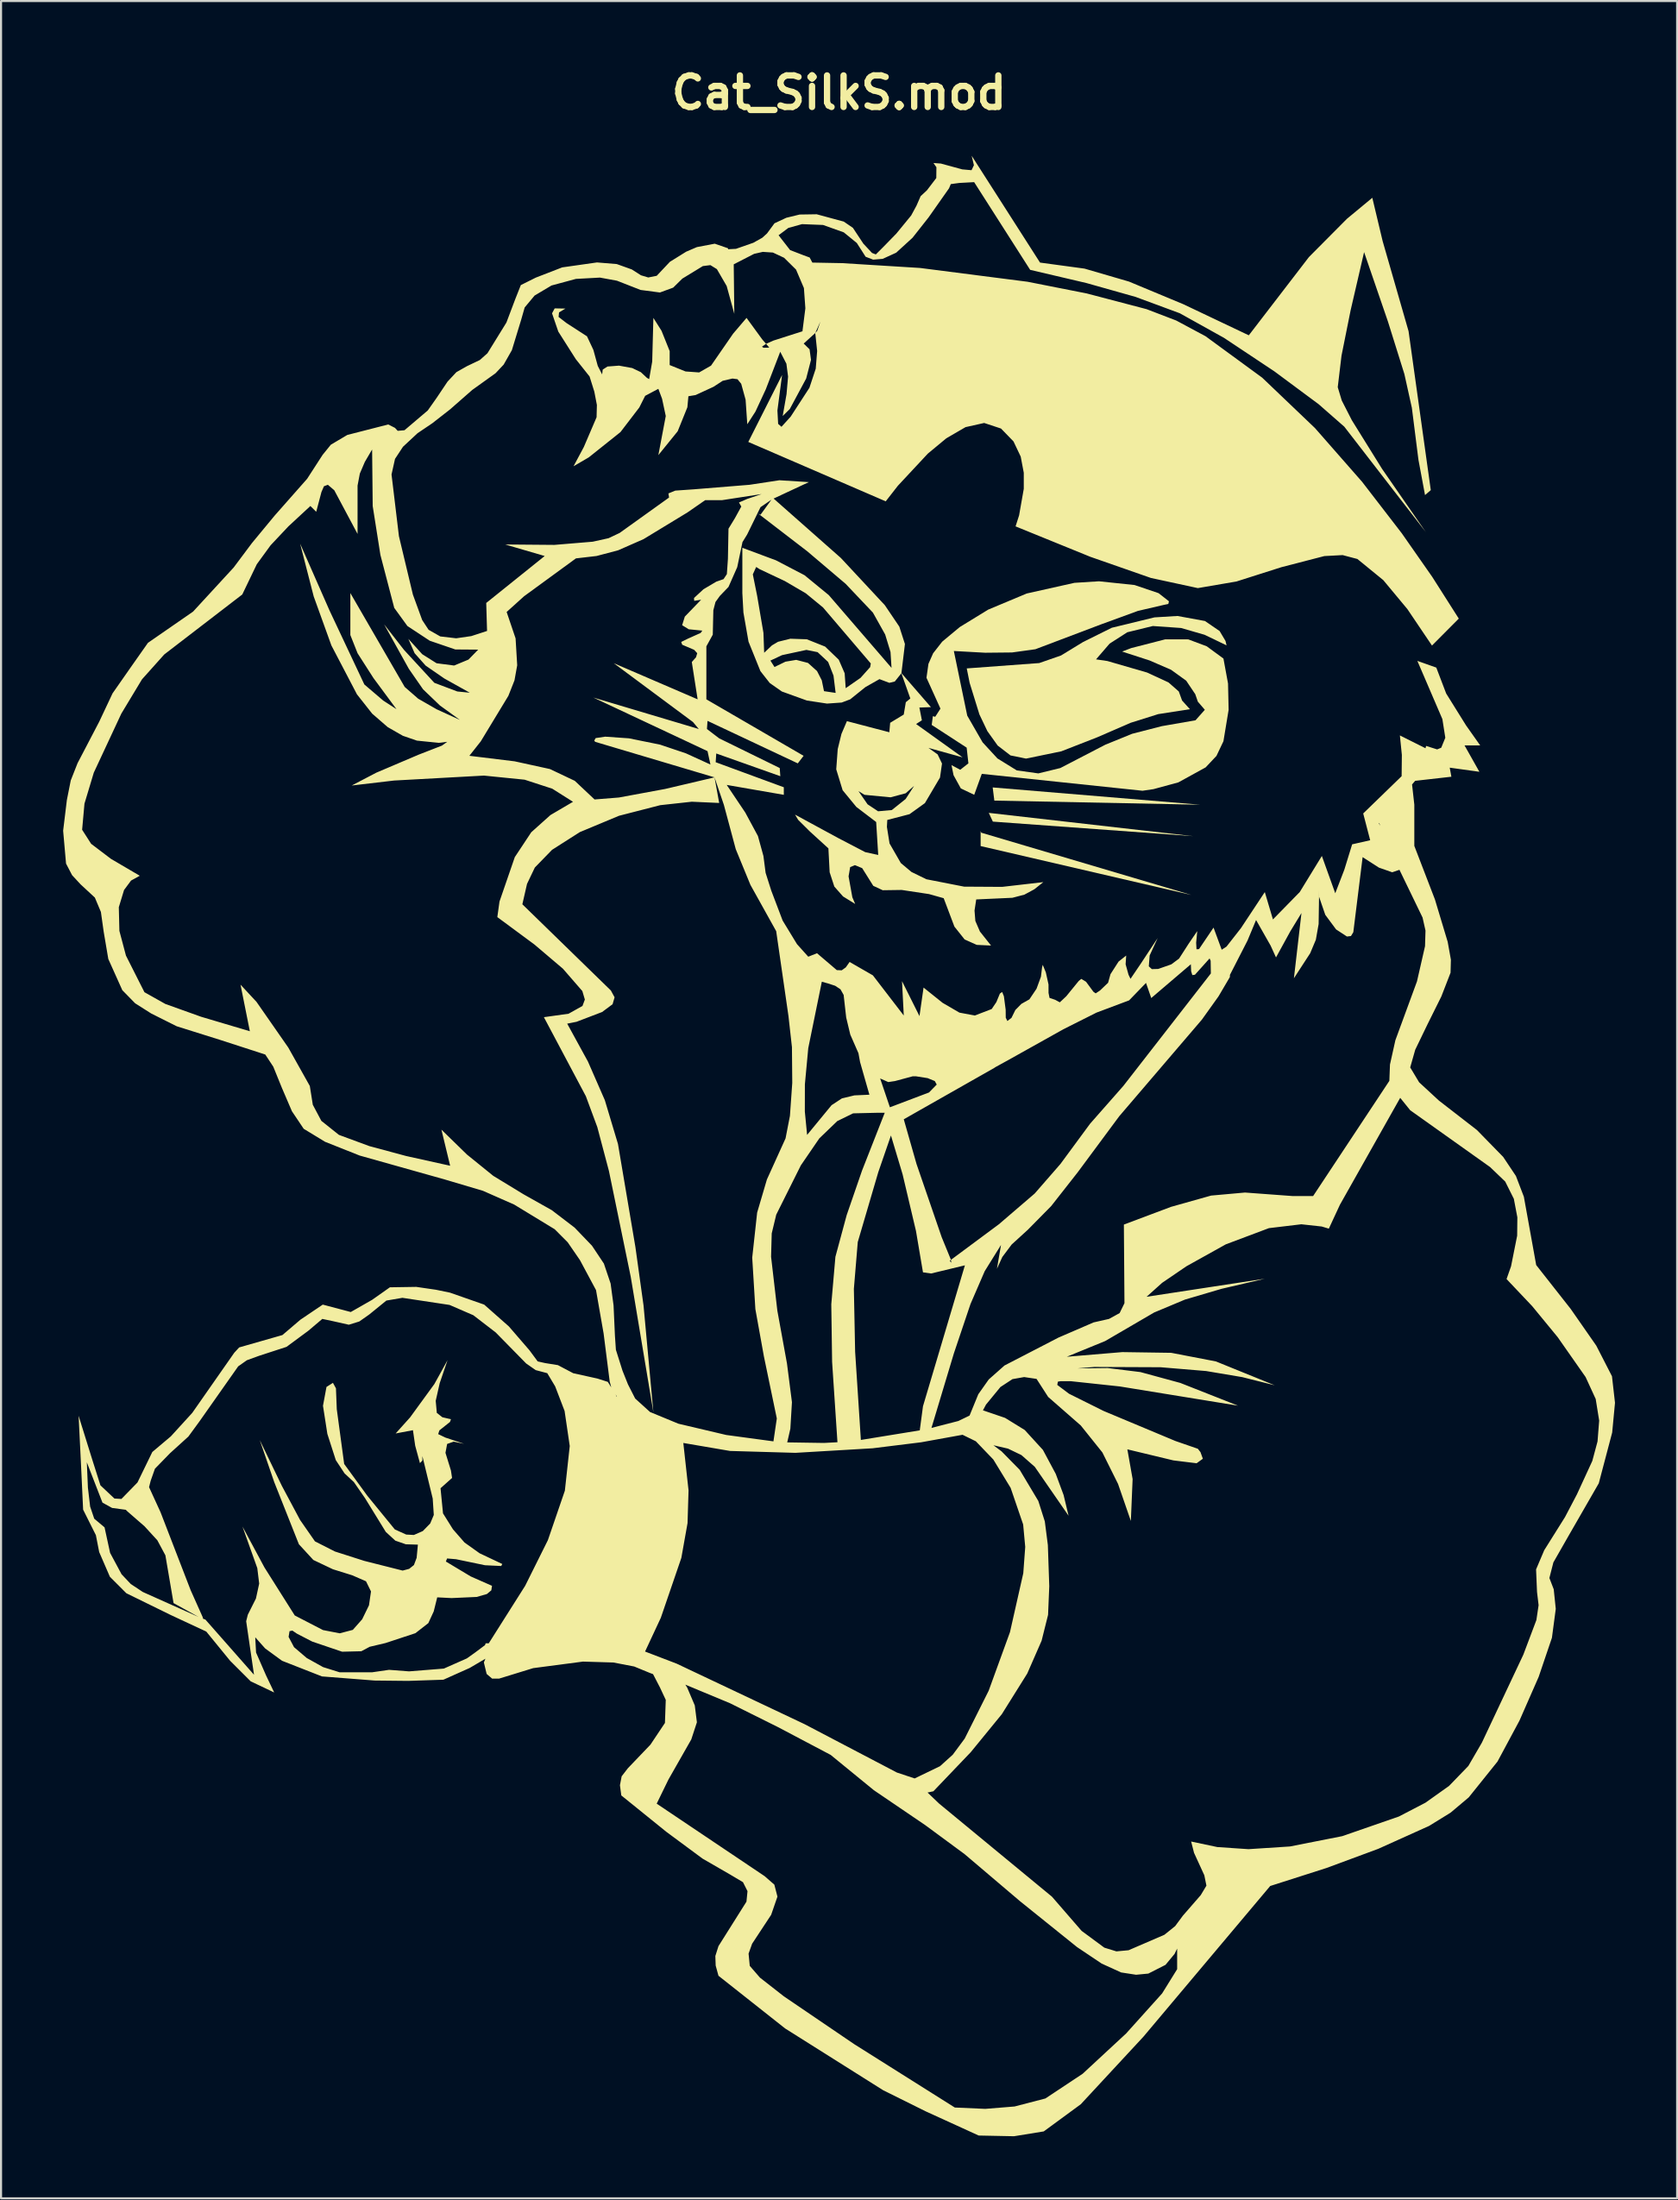
<source format=kicad_pcb>
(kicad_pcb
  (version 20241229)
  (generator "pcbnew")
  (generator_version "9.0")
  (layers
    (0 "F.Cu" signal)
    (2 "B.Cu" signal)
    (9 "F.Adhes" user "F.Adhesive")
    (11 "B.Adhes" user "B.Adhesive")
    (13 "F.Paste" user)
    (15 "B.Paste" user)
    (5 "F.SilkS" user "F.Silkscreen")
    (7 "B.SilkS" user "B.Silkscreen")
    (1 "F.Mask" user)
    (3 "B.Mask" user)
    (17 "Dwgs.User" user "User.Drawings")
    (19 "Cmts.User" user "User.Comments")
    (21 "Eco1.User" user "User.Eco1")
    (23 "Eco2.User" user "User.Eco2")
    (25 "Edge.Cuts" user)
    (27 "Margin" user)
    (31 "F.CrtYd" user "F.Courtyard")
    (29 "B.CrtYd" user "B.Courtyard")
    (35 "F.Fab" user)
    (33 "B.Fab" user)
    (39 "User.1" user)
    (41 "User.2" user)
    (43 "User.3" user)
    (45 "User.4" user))
  (footprint "Cat_SilkS.mod"
    (layer "F.Cu")
    (at 37.479 52.304)
    (property "Reference" "Cat_SilkS.mod" (at 0 -50.877 0) (layer "F.SilkS") (effects (font (size 1.524 1.524) (thickness 0.305))))
    (attr smd)
    (fp_poly (pts (xy 6.406 -47.829) (xy 6.513 -47.374) (xy 6.398 -47.133) (xy 5.949 -47.173) (xy 4.918 -47.454) (xy 4.56 -47.481) (xy 4.702 -47.275) (xy 4.696 -46.755) (xy 4.243 -46.161) (xy 3.94 -45.88) (xy 3.741 -45.423) (xy 3.482 -44.945) (xy 2.766 -44.071) (xy 2.127 -43.416) (xy 1.775 -43.065) (xy 1.775 -43.065) (xy 1.593 -43.136) (xy 1.175 -43.583) (xy 0.668 -44.349) (xy 0.226 -44.651) (xy -1.082 -45.005) (xy -1.904 -44.992) (xy -2.549 -44.835) (xy -3.12 -44.568) (xy -3.479 -44.08) (xy -3.707 -43.872) (xy -4.139 -43.629) (xy -4.98 -43.335) (xy -5.357 -43.316) (xy -5.368 -43.364) (xy -6.005 -43.583) (xy -6.867 -43.419) (xy -7.387 -43.196) (xy -8.172 -42.708) (xy -8.809 -42.032) (xy -9.217 -41.952) (xy -9.569 -42.057) (xy -10.012 -42.34) (xy -10.737 -42.599) (xy -11.693 -42.678) (xy -13.373 -42.439) (xy -14.648 -41.945) (xy -15.372 -41.584) (xy -15.64 -40.908) (xy -16.068 -39.775) (xy -16.983 -38.293) (xy -17.351 -37.965) (xy -17.977 -37.666) (xy -18.485 -37.378) (xy -18.912 -36.921) (xy -19.439 -36.135) (xy -19.867 -35.528) (xy -20.991 -34.573) (xy -22.555 -33.642) (xy -22.527 -30.914) (xy -22.154 -28.548) (xy -21.486 -25.992) (xy -20.851 -25.117) (xy -19.772 -24.406) (xy -18.536 -23.984) (xy -17.43 -23.976) (xy -17.901 -23.495) (xy -18.594 -23.208) (xy -19.441 -23.318) (xy -20.134 -23.755) (xy -20.805 -24.498) (xy -20.503 -23.804) (xy -19.969 -23.204) (xy -19.066 -22.581) (xy -17.838 -21.895) (xy -18.44 -21.955) (xy -19.549 -22.373) (xy -21.015 -23.964) (xy -21.975 -25.197) (xy -20.781 -23.049) (xy -20.094 -22.059) (xy -19.28 -21.279) (xy -18.316 -20.582) (xy -19.439 -21.095) (xy -20.329 -21.606) (xy -20.981 -22.174) (xy -23.606 -26.708) (xy -23.606 -24.68) (xy -23.258 -23.802) (xy -22.492 -22.606) (xy -21.378 -21.1) (xy -22.02 -21.517) (xy -22.93 -22.293) (xy -24.615 -25.873) (xy -26.032 -29.095) (xy -25.376 -26.544) (xy -24.522 -24.178) (xy -23.287 -21.816) (xy -22.552 -20.884) (xy -21.801 -20.233) (xy -21.069 -19.814) (xy -20.391 -19.581) (xy -19.339 -19.473) (xy -18.926 -19.523) (xy -19.183 -19.34) (xy -20.305 -18.904) (xy -22.354 -18.032) (xy -23.539 -17.413) (xy -21.496 -17.653) (xy -17.154 -17.892) (xy -15.189 -17.694) (xy -13.853 -17.259) (xy -12.851 -16.626) (xy -13.941 -15.986) (xy -14.868 -15.155) (xy -15.663 -13.954) (xy -16.402 -11.809) (xy -16.507 -11.057) (xy -14.718 -9.735) (xy -13.339 -8.565) (xy -12.401 -7.485) (xy -12.279 -7.075) (xy -12.394 -6.766) (xy -13.066 -6.39) (xy -14.258 -6.223) (xy -12.23 -2.405) (xy -11.678 -0.915) (xy -11.116 1.207) (xy -10.062 6.321) (xy -8.968 12.87) (xy -9.445 7.699) (xy -9.838 4.875) (xy -10.679 -0.098) (xy -11.314 -2.214) (xy -12.129 -4.078) (xy -13.132 -5.91) (xy -12.679 -6.001) (xy -11.445 -6.473) (xy -10.94 -6.849) (xy -10.843 -7.183) (xy -11.023 -7.513) (xy -15.298 -11.676) (xy -15.073 -12.66) (xy -14.695 -13.451) (xy -13.864 -14.306) (xy -12.526 -15.16) (xy -10.629 -15.951) (xy -8.639 -16.463) (xy -7.113 -16.63) (xy -5.791 -16.57) (xy -6.016 -17.807) (xy -8.407 -17.245) (xy -10.636 -16.833) (xy -11.81 -16.739) (xy -12.766 -17.639) (xy -13.965 -18.208) (xy -15.671 -18.581) (xy -17.857 -18.848) (xy -17.305 -19.548) (xy -15.973 -21.745) (xy -15.678 -22.492) (xy -15.547 -23.22) (xy -15.625 -24.519) (xy -16.057 -25.795) (xy -15.214 -26.555) (xy -12.71 -28.383) (xy -11.712 -28.499) (xy -10.669 -28.775) (xy -9.448 -29.311) (xy -7.324 -30.602) (xy -6.466 -31.196) (xy -5.651 -31.196) (xy -3.74 -31.49) (xy -4.438 -31.255) (xy -4.835 -31.083) (xy -4.723 -30.887) (xy -5.032 -30.324) (xy -5.341 -29.818) (xy -5.369 -28.355) (xy -5.42 -27.624) (xy -5.58 -27.381) (xy -5.931 -27.259) (xy -6.551 -26.892) (xy -7.007 -26.469) (xy -6.997 -26.333) (xy -6.663 -26.386) (xy -7.451 -25.571) (xy -7.58 -25.156) (xy -7.261 -24.959) (xy -6.607 -24.895) (xy -6.684 -24.783) (xy -7.31 -24.502) (xy -7.625 -24.347) (xy -7.577 -24.213) (xy -7 -23.967) (xy -6.852 -23.804) (xy -6.909 -23.609) (xy -7.113 -23.377) (xy -6.832 -21.576) (xy -10.882 -23.32) (xy -7.057 -20.479) (xy -6.776 -20.142) (xy -11.867 -21.661) (xy -6.354 -19.073) (xy -6.213 -18.426) (xy -7.391 -18.964) (xy -8.646 -19.387) (xy -10.151 -19.692) (xy -11.296 -19.772) (xy -11.758 -19.703) (xy -11.824 -19.585) (xy -11.782 -19.523) (xy -6.016 -17.807) (xy -5.563 -16.475) (xy -4.99 -14.338) (xy -4.282 -12.614) (xy -3.037 -10.377) (xy -2.444 -6.276) (xy -2.276 -4.775) (xy -2.261 -3.048) (xy -2.373 -1.458) (xy -2.585 -0.369) (xy -3.486 1.617) (xy -3.957 3.216) (xy -4.195 5.391) (xy -4.043 7.876) (xy -3.631 10.16) (xy -3.007 13.16) (xy -3.17 14.265) (xy -5.45 13.957) (xy -7.76 13.413) (xy -9.131 12.847) (xy -9.848 12.197) (xy -10.196 11.515) (xy -10.46 10.854) (xy -10.78 9.841) (xy -10.826 9.166) (xy -10.893 7.696) (xy -11.035 6.642) (xy -11.36 5.678) (xy -11.935 4.815) (xy -12.774 3.941) (xy -13.876 3.099) (xy -15.242 2.331) (xy -16.704 1.44) (xy -17.974 0.412) (xy -19.207 -0.791) (xy -18.786 0.953) (xy -20.913 0.482) (xy -22.69 0.004) (xy -24.158 -0.538) (xy -25.007 -1.215) (xy -25.42 -1.993) (xy -25.564 -2.9) (xy -26.605 -4.757) (xy -28.138 -6.961) (xy -28.911 -7.794) (xy -28.461 -5.544) (xy -30.817 -6.244) (xy -32.543 -6.862) (xy -33.552 -7.429) (xy -34.445 -9.197) (xy -34.762 -10.391) (xy -34.79 -11.535) (xy -34.537 -12.366) (xy -34.199 -12.822) (xy -33.777 -13.054) (xy -35.169 -13.87) (xy -36.127 -14.597) (xy -36.562 -15.276) (xy -36.449 -16.538) (xy -35.999 -18.033) (xy -34.667 -20.888) (xy -33.67 -22.542) (xy -32.596 -23.742) (xy -28.827 -26.639) (xy -28.124 -28.102) (xy -27.458 -29.016) (xy -26.598 -29.93) (xy -25.536 -30.914) (xy -25.255 -30.633) (xy -25.002 -31.59) (xy -24.881 -31.868) (xy -24.692 -31.938) (xy -24.383 -31.674) (xy -23.258 -29.564) (xy -23.258 -31.899) (xy -23.148 -32.48) (xy -22.906 -33.045) (xy -22.555 -33.643) (xy -22.555 -33.643) (xy -22.555 -33.642) (xy -20.991 -34.573) (xy -21.319 -34.544) (xy -21.45 -34.687) (xy -21.776 -34.852) (xy -23.755 -34.345) (xy -24.549 -33.874) (xy -24.948 -33.381) (xy -25.694 -32.227) (xy -27.265 -30.447) (xy -28.359 -29.124) (xy -29.244 -27.941) (xy -31.203 -25.813) (xy -33.383 -24.304) (xy -34.217 -23.118) (xy -35.092 -21.865) (xy -35.738 -20.493) (xy -36.782 -18.494) (xy -37.111 -17.66) (xy -37.299 -16.714) (xy -37.479 -15.23) (xy -37.339 -13.641) (xy -37.046 -13.081) (xy -36.636 -12.638) (xy -35.947 -12) (xy -35.655 -11.305) (xy -35.521 -10.353) (xy -35.298 -9.035) (xy -34.621 -7.527) (xy -34.002 -6.894) (xy -33.227 -6.402) (xy -31.991 -5.783) (xy -29.885 -5.122) (xy -27.716 -4.419) (xy -27.329 -3.832) (xy -26.909 -2.799) (xy -26.428 -1.679) (xy -25.86 -0.832) (xy -24.826 -0.203) (xy -23.158 0.46) (xy -19.053 1.614) (xy -17.2 2.164) (xy -15.694 2.828) (xy -13.737 4.019) (xy -13.109 4.649) (xy -12.517 5.51) (xy -11.74 6.959) (xy -10.791 11.993) (xy -10.727 12.117) (xy -10.757 12.091) (xy -10.791 11.993) (xy -10.791 11.993) (xy -11.74 6.959) (xy -8.61 22.788) (xy -7.619 19.896) (xy -7.319 18.214) (xy -7.271 16.634) (xy -7.523 14.343) (xy -5.264 14.729) (xy -2.107 14.82) (xy 1.619 14.6) (xy 3.965 14.31) (xy 5.965 13.948) (xy 5.965 13.948) (xy 5.965 13.948) (xy 6.605 14.261) (xy 7.452 15.144) (xy 8.287 16.512) (xy 8.892 18.28) (xy 8.992 19.364) (xy 8.898 20.634) (xy 8.255 23.481) (xy 7.225 26.313) (xy 6.068 28.622) (xy 5.492 29.4) (xy 4.875 29.956) (xy 3.65 30.547) (xy 2.794 30.262) (xy -1.671 27.923) (xy -7.845 25.002) (xy -9.371 24.418) (xy -8.61 22.788) (xy -11.74 6.959) (xy -11.373 9.056) (xy -11.079 11.375) (xy -11.004 11.658) (xy -15.115 10.503) (xy -14.654 10.824) (xy -14.095 10.972) (xy -13.713 11.61) (xy -13.258 12.797) (xy -13.009 14.49) (xy -13.245 16.648) (xy -14.065 19.038) (xy -15.162 21.241) (xy -16.92 24.018) (xy -17.07 24.02) (xy -17.102 24.108) (xy -17.58 24.465) (xy -17.978 24.749) (xy -19.091 25.241) (xy -20.772 25.375) (xy -21.737 25.301) (xy -22.557 25.42) (xy -24.123 25.42) (xy -24.922 25.17) (xy -25.714 24.729) (xy -26.327 24.206) (xy -26.589 23.71) (xy -26.544 23.433) (xy -26.405 23.406) (xy -26.192 23.551) (xy -25.448 23.936) (xy -24.004 24.426) (xy -23.076 24.403) (xy -22.671 24.187) (xy -21.911 24.008) (xy -20.464 23.531) (xy -19.84 23.045) (xy -19.579 22.479) (xy -19.41 21.8) (xy -18.716 21.835) (xy -17.5 21.78) (xy -17.008 21.638) (xy -16.797 21.46) (xy -16.764 21.243) (xy -17.789 20.791) (xy -18.992 20.07) (xy -18.934 19.922) (xy -18.502 19.958) (xy -17.102 20.249) (xy -16.319 20.286) (xy -16.267 20.189) (xy -17.361 19.672) (xy -18.091 19.152) (xy -18.649 18.514) (xy -19.131 17.743) (xy -19.25 16.53) (xy -18.693 16.033) (xy -18.748 15.672) (xy -19.012 14.819) (xy -18.931 14.39) (xy -18.617 14.28) (xy -18.117 14.382) (xy -19.012 14.084) (xy -19.364 13.915) (xy -19.305 13.735) (xy -18.793 13.327) (xy -18.747 13.195) (xy -18.902 13.161) (xy -19.162 13.101) (xy -19.43 12.89) (xy -19.483 12.308) (xy -19.29 11.453) (xy -18.912 10.344) (xy -19.549 11.498) (xy -20.722 13.109) (xy -21.418 13.884) (xy -20.583 13.726) (xy -20.474 14.476) (xy -20.245 15.317) (xy -20.126 15.192) (xy -20.126 14.979) (xy -19.628 17.027) (xy -19.576 17.82) (xy -19.749 18.232) (xy -20.106 18.598) (xy -20.538 18.787) (xy -20.909 18.767) (xy -21.458 18.519) (xy -22.786 16.893) (xy -23.905 15.356) (xy -24.262 12.711) (xy -24.302 11.704) (xy -24.447 11.439) (xy -24.759 11.637) (xy -24.928 12.547) (xy -24.717 13.904) (xy -24.309 15.172) (xy -23.885 15.814) (xy -23.437 16.23) (xy -22.897 17.009) (xy -21.895 18.638) (xy -21.435 19.061) (xy -20.926 19.237) (xy -20.344 19.254) (xy -20.404 19.891) (xy -20.535 20.239) (xy -20.765 20.423) (xy -21.08 20.507) (xy -22.93 20.04) (xy -24.352 19.585) (xy -25.316 19.095) (xy -26.035 18.062) (xy -26.917 16.41) (xy -27.982 14.203) (xy -27.283 16.234) (xy -26.092 19.235) (xy -25.393 19.995) (xy -24.449 20.443) (xy -23.516 20.734) (xy -22.85 21.024) (xy -22.609 21.514) (xy -22.706 22.183) (xy -23.035 22.859) (xy -23.487 23.371) (xy -24.118 23.537) (xy -24.926 23.381) (xy -26.291 22.675) (xy -27.755 20.356) (xy -28.817 18.379) (xy -28.101 20.388) (xy -28.01 21.136) (xy -28.166 21.855) (xy -28.558 22.636) (xy -28.638 22.954) (xy -28.26 25.539) (xy -30.607 22.874) (xy -30.72 22.832) (xy -30.74 22.752) (xy -31.32 21.454) (xy -32.09 19.461) (xy -32.772 17.694) (xy -33.329 16.478) (xy -33.252 16.172) (xy -33.046 15.588) (xy -32.317 14.839) (xy -31.43 14.034) (xy -30.885 13.288) (xy -29.024 10.643) (xy -28.606 10.348) (xy -28.02 10.135) (xy -26.689 9.701) (xy -25.64 8.926) (xy -24.96 8.351) (xy -24.446 8.46) (xy -23.68 8.632) (xy -23.173 8.475) (xy -22.694 8.138) (xy -21.866 7.465) (xy -21.091 7.332) (xy -21.091 7.332) (xy -21.091 7.332) (xy -18.814 7.676) (xy -17.666 8.173) (xy -16.585 9.005) (xy -15.115 10.503) (xy -11.004 11.658) (xy -11.171 11.392) (xy -11.668 11.233) (xy -12.841 10.974) (xy -13.582 10.583) (xy -14.199 10.484) (xy -14.557 10.404) (xy -14.954 9.867) (xy -15.949 8.714) (xy -17.142 7.66) (xy -18.793 7.083) (xy -19.469 6.943) (xy -20.424 6.804) (xy -21.696 6.824) (xy -22.552 7.428) (xy -23.586 8.018) (xy -24.938 7.66) (xy -26.017 8.388) (xy -26.888 9.131) (xy -28.976 9.728) (xy -34.443 17.572) (xy -34.424 17.605) (xy -33.545 18.371) (xy -32.929 19.044) (xy -32.54 19.77) (xy -32.146 22.077) (xy -30.931 22.75) (xy -33.63 21.541) (xy -34.212 21.156) (xy -34.657 20.684) (xy -35.211 19.652) (xy -35.479 18.419) (xy -35.977 18.001) (xy -36.175 17.416) (xy -36.283 16.497) (xy -36.335 15.277) (xy -36.335 15.277) (xy -36.335 15.277) (xy -35.579 17.226) (xy -35.113 17.482) (xy -34.443 17.572) (xy -28.976 9.728) (xy -29.214 9.986) (xy -31.243 12.89) (xy -32.277 14.024) (xy -33.172 14.779) (xy -33.888 16.251) (xy -34.664 17.047) (xy -35.002 17.027) (xy -35.678 16.39) (xy -36.076 15.137) (xy -36.732 13.03) (xy -36.613 15.456) (xy -36.514 17.564) (xy -35.897 18.797) (xy -35.738 19.612) (xy -35.221 20.806) (xy -34.425 21.602) (xy -32.277 22.655) (xy -30.567 23.451) (xy -29.414 24.863) (xy -28.419 25.857) (xy -27.285 26.395) (xy -27.683 25.559) (xy -28.161 24.465) (xy -28.2 23.729) (xy -27.723 24.266) (xy -26.907 24.863) (xy -24.978 25.619) (xy -22.433 25.818) (xy -20.816 25.835) (xy -19.111 25.778) (xy -17.843 25.211) (xy -17.083 24.764) (xy -17.157 24.945) (xy -17.023 25.5) (xy -16.759 25.724) (xy -16.424 25.726) (xy -15.75 25.519) (xy -14.775 25.219) (xy -12.369 24.903) (xy -10.899 24.947) (xy -9.896 25.14) (xy -7.426 26.017) (xy -5.269 26.913) (xy -2.951 28.067) (xy -0.406 29.41) (xy 1.681 31.116) (xy 4.158 32.799) (xy 6.062 34.202) (xy 8.742 36.478) (xy 11.497 38.694) (xy 12.683 39.489) (xy 13.625 39.918) (xy 14.347 40.029) (xy 14.937 39.973) (xy 15.768 39.551) (xy 16.204 39.024) (xy 16.33 38.765) (xy 16.33 39.76) (xy 15.604 40.931) (xy 13.864 42.867) (xy 11.766 44.811) (xy 9.966 46.005) (xy 8.477 46.392) (xy 7.062 46.507) (xy 5.59 46.442) (xy 0.728 43.379) (xy -2.666 41.072) (xy -3.82 40.169) (xy -4.314 39.6) (xy -4.371 39.008) (xy -4.2 38.531) (xy -3.28 37.134) (xy -2.977 36.255) (xy -3.126 35.677) (xy -3.598 35.265) (xy -8.809 31.765) (xy -8.242 30.601) (xy -7.138 28.662) (xy -6.867 27.834) (xy -6.969 27.021) (xy -7.337 26.156) (xy -7.426 26.017) (xy -7.426 26.017) (xy -9.896 25.14) (xy -9.138 25.452) (xy -8.986 25.508) (xy -8.65 26.156) (xy -8.371 26.753) (xy -8.411 27.867) (xy -9.112 28.916) (xy -10.201 30.054) (xy -10.502 30.444) (xy -10.584 30.874) (xy -10.519 31.367) (xy -8.341 33.127) (xy -6.592 34.421) (xy -5.268 35.185) (xy -4.641 35.558) (xy -4.423 35.991) (xy -4.473 36.498) (xy -5.825 38.646) (xy -5.976 39.122) (xy -5.96 39.586) (xy -5.825 40.078) (xy -2.604 42.624) (xy 2.13 45.607) (xy 4.183 46.626) (xy 6.744 47.795) (xy 8.449 47.829) (xy 9.886 47.596) (xy 21.779 33.833) (xy 19.775 33.963) (xy 18.274 33.862) (xy 17.006 33.594) (xy 17.146 34.141) (xy 17.643 35.225) (xy 17.744 35.725) (xy 17.469 36.184) (xy 16.608 37.174) (xy 16.232 37.681) (xy 15.713 38.099) (xy 13.983 38.845) (xy 13.397 38.9) (xy 12.812 38.72) (xy 11.716 37.91) (xy 10.284 36.259) (xy 4.835 31.764) (xy 4.274 31.228) (xy 4.556 31.167) (xy 6.361 29.278) (xy 7.862 27.442) (xy 9.09 25.479) (xy 9.783 23.895) (xy 10.095 22.645) (xy 10.153 21.262) (xy 10.085 19.274) (xy 9.938 18.131) (xy 9.624 17.145) (xy 8.726 15.641) (xy 7.85 14.749) (xy 7.456 14.454) (xy 8.16 14.616) (xy 8.809 14.929) (xy 9.453 15.495) (xy 11.085 17.857) (xy 10.846 16.859) (xy 10.468 15.84) (xy 9.847 14.679) (xy 8.967 13.716) (xy 8.019 13.132) (xy 6.95 12.767) (xy 7.098 12.489) (xy 7.794 11.641) (xy 8.375 11.26) (xy 8.94 11.16) (xy 9.538 11.248) (xy 10.1 12.12) (xy 11.675 13.498) (xy 12.718 14.8) (xy 13.475 16.321) (xy 14.094 18.11) (xy 14.179 16.086) (xy 13.925 14.651) (xy 16.148 15.185) (xy 17.27 15.323) (xy 17.572 15.105) (xy 17.457 14.786) (xy 17.329 14.623) (xy 16.243 14.247) (xy 12.772 12.795) (xy 11.106 11.965) (xy 10.54 11.539) (xy 10.569 11.382) (xy 10.691 11.36) (xy 11.197 11.36) (xy 13.56 11.613) (xy 19.27 12.542) (xy 16.485 11.444) (xy 14.556 10.919) (xy 12.973 10.724) (xy 11.506 10.741) (xy 12.326 10.671) (xy 15.529 10.685) (xy 17.731 10.869) (xy 19.477 11.163) (xy 21.042 11.557) (xy 18.201 10.404) (xy 16.043 9.989) (xy 13.683 9.954) (xy 11 10.179) (xy 12.856 9.419) (xy 15.219 8.041) (xy 16.707 7.418) (xy 18.472 6.898) (xy 20.564 6.41) (xy 14.854 7.282) (xy 15.606 6.607) (xy 16.776 5.81) (xy 18.679 4.75) (xy 20.762 3.967) (xy 22.328 3.78) (xy 23.314 3.888) (xy 23.657 3.991) (xy 24.192 2.838) (xy 27.104 -2.327) (xy 27.104 -2.327) (xy 27.104 -2.327) (xy 27.587 -1.728) (xy 31.445 1.016) (xy 32.176 1.717) (xy 32.593 2.55) (xy 32.763 3.445) (xy 32.753 4.333) (xy 32.458 5.81) (xy 32.241 6.426) (xy 33.479 7.734) (xy 34.708 9.229) (xy 36.06 11.16) (xy 36.547 12.219) (xy 36.715 13.262) (xy 36.636 14.268) (xy 36.383 15.212) (xy 35.64 16.826) (xy 35.065 17.922) (xy 34.061 19.523) (xy 33.667 20.45) (xy 33.713 21.541) (xy 33.789 22.179) (xy 33.682 22.897) (xy 33.051 24.57) (xy 31.048 28.821) (xy 30.395 29.945) (xy 29.465 30.907) (xy 28.325 31.718) (xy 27.04 32.386) (xy 24.302 33.335) (xy 21.779 33.833) (xy 9.886 47.596) (xy 11.676 46.283) (xy 14.7 43.022) (xy 20.825 35.742) (xy 23.545 34.872) (xy 26.044 33.947) (xy 28.502 32.839) (xy 29.536 32.201) (xy 30.414 31.462) (xy 31.804 29.731) (xy 32.865 27.754) (xy 33.793 25.639) (xy 34.433 23.752) (xy 34.618 22.357) (xy 34.52 21.41) (xy 34.31 20.866) (xy 34.503 20.112) (xy 35.234 18.832) (xy 36.696 16.291) (xy 37.343 13.84) (xy 37.479 12.404) (xy 37.333 11.12) (xy 36.576 9.644) (xy 35.339 7.868) (xy 33.673 5.75) (xy 33.077 2.449) (xy 26.61 -3.935) (xy 26.58 -3.147) (xy 22.898 2.416) (xy 21.896 2.416) (xy 19.607 2.247) (xy 17.969 2.394) (xy 16.039 2.937) (xy 13.757 3.794) (xy 13.785 7.591) (xy 13.552 8.069) (xy 13.04 8.351) (xy 12.294 8.52) (xy 10.596 9.254) (xy 7.991 10.601) (xy 7.229 11.276) (xy 6.725 11.99) (xy 6.303 13.02) (xy 5.761 13.282) (xy 4.463 13.616) (xy 5.545 10.017) (xy 6.348 7.632) (xy 7.035 6.045) (xy 7.822 4.779) (xy 7.625 5.932) (xy 7.886 5.359) (xy 8.337 4.757) (xy 9.116 4.047) (xy 10.245 2.902) (xy 11.524 1.273) (xy 13.532 -1.437) (xy 17.526 -6.106) (xy 18.328 -7.228) (xy 18.876 -8.16) (xy 18.881 -8.269) (xy 19.73 -9.926) (xy 20.142 -10.916) (xy 20.845 -9.679) (xy 21.105 -9.109) (xy 21.795 -10.367) (xy 22.335 -11.254) (xy 21.97 -8.103) (xy 22.757 -9.313) (xy 23.03 -9.964) (xy 23.164 -10.723) (xy 23.184 -12.044) (xy 23.179 -12.069) (xy 23.153 -12.365) (xy 23.184 -12.044) (xy 23.485 -11.166) (xy 24.007 -10.462) (xy 24.531 -10.119) (xy 24.726 -10.142) (xy 24.839 -10.326) (xy 25.289 -13.954) (xy 25.289 -13.953) (xy 25.289 -13.953) (xy 26.076 -13.447) (xy 26.718 -13.222) (xy 27.068 -13.341) (xy 28.184 -11.036) (xy 28.326 -10.406) (xy 28.303 -9.651) (xy 27.915 -7.953) (xy 26.871 -5.109) (xy 26.61 -3.935) (xy 33.077 2.449) (xy 32.694 1.448) (xy 32.077 0.525) (xy 30.809 -0.773) (xy 28.974 -2.195) (xy 28.018 -3.078) (xy 27.587 -3.796) (xy 27.83 -4.651) (xy 28.428 -5.889) (xy 29.092 -7.225) (xy 29.536 -8.371) (xy 26.093 -15.604) (xy 26.136 -15.469) (xy 26.076 -15.585) (xy 26.093 -15.604) (xy 26.093 -15.604) (xy 29.536 -8.371) (xy 29.553 -8.999) (xy 29.397 -9.865) (xy 28.781 -11.911) (xy 27.786 -14.496) (xy 27.786 -16.485) (xy 27.677 -17.464) (xy 27.826 -17.639) (xy 29.576 -17.837) (xy 29.496 -18.275) (xy 30.929 -18.076) (xy 30.212 -19.349) (xy 30.968 -19.349) (xy 30.284 -20.318) (xy 29.325 -21.857) (xy 28.847 -23.109) (xy 27.933 -23.432) (xy 16.39 -17.565) (xy 17.706 -18.288) (xy 18.229 -18.843) (xy 18.566 -19.552) (xy 18.816 -21.066) (xy 18.788 -22.34) (xy 18.566 -23.545) (xy 17.761 -24.136) (xy 16.87 -24.471) (xy 15.754 -24.473) (xy 14.112 -24.051) (xy 13.672 -23.883) (xy 14.998 -23.453) (xy 16.034 -23.004) (xy 16.767 -22.476) (xy 17.206 -21.822) (xy 17.329 -21.464) (xy 17.667 -21.07) (xy 17.216 -20.563) (xy 15.585 -20.279) (xy 14.155 -19.911) (xy 12.857 -19.382) (xy 10.688 -18.257) (xy 9.625 -17.998) (xy 8.582 -18.144) (xy 7.65 -18.72) (xy 6.933 -19.498) (xy 6.191 -20.788) (xy 5.544 -23.91) (xy 7.059 -23.826) (xy 8.356 -23.839) (xy 9.482 -23.995) (xy 12.639 -25.19) (xy 14.434 -25.846) (xy 15.669 -26.133) (xy 15.904 -26.182) (xy 15.934 -26.311) (xy 15.432 -26.704) (xy 14.271 -27.097) (xy 12.555 -27.277) (xy 12.555 -27.276) (xy 12.555 -27.277) (xy 11.366 -27.202) (xy 9.063 -26.687) (xy 7.203 -25.908) (xy 5.829 -25.066) (xy 4.982 -24.361) (xy 4.543 -23.8) (xy 4.317 -23.289) (xy 4.222 -22.617) (xy 4.897 -21.126) (xy 4.644 -20.733) (xy 4.531 -20.761) (xy 4.475 -20.339) (xy 6.163 -19.242) (xy 6.247 -18.483) (xy 5.853 -18.173) (xy 5.431 -18.398) (xy 5.53 -17.909) (xy 5.881 -17.273) (xy 6.528 -16.964) (xy 6.894 -17.976) (xy 14.657 -17.16) (xy 15.185 -17.237) (xy 16.39 -17.565) (xy 27.933 -23.432) (xy 18.717 -24.182) (xy 18.665 -24.397) (xy 18.381 -24.874) (xy 17.672 -25.359) (xy 16.345 -25.602) (xy 16.345 -25.602) (xy 16.345 -25.602) (xy 15.236 -25.534) (xy 13.175 -25.033) (xy 11.781 -24.341) (xy 10.722 -23.694) (xy 9.668 -23.327) (xy 6.167 -23.069) (xy 6.307 -22.371) (xy 6.779 -20.846) (xy 7.164 -20.038) (xy 7.661 -19.343) (xy 8.28 -18.866) (xy 9.031 -18.713) (xy 10.736 -19.065) (xy 12.47 -19.742) (xy 14.08 -20.441) (xy 15.416 -20.861) (xy 16.947 -21.099) (xy 16.569 -21.517) (xy 16.41 -21.955) (xy 15.914 -22.39) (xy 14.878 -22.87) (xy 12.959 -23.426) (xy 12.412 -23.506) (xy 13.069 -24.267) (xy 13.923 -24.815) (xy 15.157 -25.117) (xy 16.519 -25.021) (xy 17.653 -24.694) (xy 18.717 -24.182) (xy 27.933 -23.432) (xy 17.444 -16.485) (xy 7.42 -17.32) (xy 7.42 -17.32) (xy 7.5 -16.684) (xy 17.444 -16.485) (xy 27.933 -23.432) (xy 17.104 -14.966) (xy 7.232 -16.091) (xy 7.428 -15.669) (xy 17.104 -14.966) (xy 27.933 -23.432) (xy 17.02 -12.125) (xy 6.866 -15.135) (xy 6.838 -15.219) (xy 6.838 -15.219) (xy 6.838 -14.488) (xy 17.02 -12.125) (xy 27.933 -23.432) (xy 29.142 -20.619) (xy 29.283 -19.72) (xy 29.086 -19.238) (xy 28.889 -19.157) (xy 28.355 -19.325) (xy 28.326 -19.213) (xy 27.089 -19.832) (xy 27.184 -18.89) (xy 27.173 -17.863) (xy 25.317 -16.063) (xy 25.654 -14.769) (xy 24.783 -14.572) (xy 24.406 -13.349) (xy 23.967 -12.209) (xy 23.32 -14.01) (xy 22.251 -12.266) (xy 20.957 -10.944) (xy 20.564 -12.266) (xy 19.41 -10.522) (xy 17.958 -8.335) (xy 13.729 -2.9) (xy 12.126 -1.079) (xy 10.691 0.869) (xy 9.448 2.296) (xy 7.72 3.779) (xy 5.405 5.497) (xy 5.418 5.641) (xy 5.347 5.538) (xy 5.405 5.497) (xy 4.955 4.398) (xy 3.741 0.867) (xy 3.125 -1.291) (xy 7.54 -3.797) (xy 7.503 -3.783) (xy 8.177 -4.154) (xy 10.837 -5.641) (xy 12.435 -6.444) (xy 14.01 -7.035) (xy 14.826 -7.878) (xy 15.079 -7.147) (xy 16.992 -8.779) (xy 17.006 -8.441) (xy 17.063 -8.256) (xy 17.189 -8.272) (xy 17.897 -9.061) (xy 17.897 -9.061) (xy 17.897 -9.061) (xy 17.897 -9.061) (xy 17.948 -8.947) (xy 17.958 -8.335) (xy 19.41 -10.522) (xy 18.714 -9.632) (xy 18.482 -9.481) (xy 3.554 -3.367) (xy 3.719 -3.367) (xy 4.278 -3.279) (xy 4.623 -3.138) (xy 4.717 -2.969) (xy 4.344 -2.586) (xy 2.455 -1.871) (xy 1.984 -3.263) (xy 2.376 -3.089) (xy 2.703 -3.138) (xy 3.554 -3.367) (xy 3.554 -3.367) (xy 3.554 -3.367) (xy 18.482 -9.481) (xy 18.088 -10.55) (xy 17.385 -9.51) (xy 17.265 -9.503) (xy 17.248 -9.819) (xy 17.301 -10.381) (xy 16.879 -9.762) (xy 16.422 -9.052) (xy 16.048 -8.774) (xy 15.416 -8.553) (xy 15.108 -8.544) (xy 14.961 -8.679) (xy 15.002 -9.203) (xy 15.388 -10.044) (xy 14.572 -8.806) (xy 14.077 -8.075) (xy 13.982 -8.272) (xy 13.841 -8.778) (xy 13.869 -9.2) (xy 13.5 -8.908) (xy 13.11 -8.3) (xy 12.994 -7.885) (xy 12.604 -7.512) (xy 12.395 -7.373) (xy 12.287 -7.449) (xy 11.929 -7.934) (xy 11.7 -8.073) (xy 11.577 -7.973) (xy 10.972 -7.231) (xy 10.662 -6.94) (xy 10.623 -6.877) (xy 10.662 -6.94) (xy 10.438 -7.062) (xy 10.166 -7.154) (xy 10.118 -7.396) (xy 10.117 -7.802) (xy 9.988 -8.384) (xy 9.838 -8.752) (xy 9.805 -8.623) (xy 9.751 -8.179) (xy 9.538 -7.597) (xy 9.193 -7.084) (xy 8.807 -6.866) (xy 8.515 -6.57) (xy 8.328 -6.19) (xy 8.13 -6.038) (xy 0.344 -6.207) (xy 0.542 -5.381) (xy 0.936 -4.483) (xy 1.015 -4.053) (xy 1.465 -2.478) (xy 0.741 -2.446) (xy 0.136 -2.3) (xy -0.363 -1.972) (xy -1.544 -0.537) (xy -1.653 -1.662) (xy -1.651 -2.981) (xy -1.488 -4.728) (xy -0.833 -7.935) (xy -0.833 -7.935) (xy -0.833 -7.935) (xy -0.535 -7.853) (xy -0.187 -7.739) (xy 0.069 -7.568) (xy 0.221 -7.297) (xy 0.344 -6.207) (xy 8.13 -6.038) (xy 8.051 -6.197) (xy 8.047 -6.584) (xy 7.962 -7.231) (xy 7.878 -7.44) (xy 7.769 -7.365) (xy 7.597 -6.95) (xy 7.372 -6.616) (xy 6.556 -6.303) (xy 5.814 -6.443) (xy 5.002 -6.915) (xy 4.081 -7.653) (xy 3.884 -6.275) (xy 3.041 -7.962) (xy 3.125 -6.303) (xy 1.634 -8.243) (xy 1.859 -1.606) (xy 2.206 -1.606) (xy 1.11 1.185) (xy 0.367 3.339) (xy -0.177 5.352) (xy -0.376 7.644) (xy -0.336 10.428) (xy -0.078 14.308) (xy -0.728 14.342) (xy -2.504 14.315) (xy -2.353 13.655) (xy -2.276 12.373) (xy -2.517 10.499) (xy -2.982 7.95) (xy -3.284 5.348) (xy -3.253 4.222) (xy -3.035 3.316) (xy -1.847 0.936) (xy -0.954 -0.369) (xy -0.085 -1.205) (xy 0.678 -1.578) (xy 1.859 -1.606) (xy 1.859 -1.606) (xy 1.859 -1.606) (xy 1.634 -8.243) (xy 0.509 -8.89) (xy 2.506 -0.509) (xy 3.068 1.365) (xy 3.715 4.104) (xy 4.053 6.101) (xy 4.447 6.157) (xy 6.078 5.763) (xy 4.053 12.57) (xy 3.898 13.734) (xy 1.053 14.197) (xy 0.776 9.937) (xy 0.715 6.9) (xy 0.903 4.638) (xy 1.894 1.263) (xy 2.506 -0.509) (xy 2.506 -0.509) (xy 2.506 -0.509) (xy 0.509 -8.89) (xy 0.326 -8.63) (xy 0.129 -8.487) (xy -0.11 -8.497) (xy -1.066 -9.312) (xy -1.488 -9.144) (xy -2.033 -9.752) (xy -2.725 -10.888) (xy -3.274 -12.333) (xy -3.548 -13.194) (xy -3.654 -14.01) (xy -3.919 -14.973) (xy -4.529 -16.105) (xy -5.426 -17.441) (xy -2.669 -16.963) (xy -2.669 -17.328) (xy -5.96 -18.538) (xy -5.932 -18.96) (xy -2.838 -17.863) (xy -2.866 -18.257) (xy -5.791 -19.691) (xy -6.382 -20.141) (xy -6.354 -20.535) (xy -1.994 -18.482) (xy -1.713 -18.847) (xy -6.41 -21.575) (xy -6.41 -22.11) (xy -6.41 -24.135) (xy -6.1 -24.698) (xy -6.073 -25.879) (xy -5.97 -26.276) (xy -5.76 -26.568) (xy -5.341 -27.004) (xy -4.919 -27.96) (xy -4.666 -29.17) (xy -4.441 -29.535) (xy -3.794 -30.857) (xy -3.268 -31.218) (xy -3.794 -30.492) (xy -3.907 -30.548) (xy -1.537 -28.727) (xy 0.317 -27.154) (xy 1.634 -25.766) (xy 2.226 -24.708) (xy 2.485 -23.861) (xy 2.534 -23.095) (xy -0.774 -26.012) (xy 1.533 -23.307) (xy 1.501 -23.131) (xy 1.036 -22.611) (xy 0.32 -22.114) (xy 0.27 -22.835) (xy -0.015 -23.49) (xy -0.674 -24.123) (xy -1.559 -24.476) (xy -2.352 -24.503) (xy -2.948 -24.355) (xy -3.24 -24.183) (xy -3.618 -23.825) (xy -3.653 -24.787) (xy -3.956 -26.569) (xy -4.166 -27.611) (xy -4.004 -27.969) (xy -4.004 -27.969) (xy -4.004 -27.969) (xy -3.837 -27.862) (xy -2.619 -27.288) (xy -1.605 -26.695) (xy -0.774 -26.012) (xy 2.534 -23.095) (xy -0.166 -21.886) (xy -0.728 -21.97) (xy -0.835 -22.494) (xy -1.066 -22.943) (xy -1.502 -23.334) (xy -2.069 -23.481) (xy -2.59 -23.394) (xy -3.119 -23.137) (xy -3.316 -23.447) (xy -2.754 -23.71) (xy -1.577 -23.963) (xy -1.577 -23.963) (xy -1.577 -23.963) (xy -1.037 -23.854) (xy -0.528 -23.38) (xy -0.269 -22.722) (xy -0.166 -21.886) (xy 2.534 -23.095) (xy -0.495 -26.608) (xy -1.668 -27.57) (xy -3.046 -28.289) (xy -4.672 -28.895) (xy -4.672 -26.707) (xy -4.62 -25.769) (xy -4.374 -24.361) (xy -3.799 -22.937) (xy -3.347 -22.362) (xy -2.763 -21.954) (xy -1.556 -21.518) (xy -0.582 -21.37) (xy 0.126 -21.42) (xy 0.539 -21.576) (xy 1.275 -22.168) (xy 1.951 -22.551) (xy 2.428 -22.372) (xy 2.692 -22.437) (xy 3.01 -22.834) (xy 3.442 -21.616) (xy 3.86 -17.977) (xy 3.626 -17.396) (xy 3.214 -16.76) (xy 2.547 -16.227) (xy 1.885 -16.168) (xy 1.377 -16.505) (xy 0.937 -17.142) (xy 1.228 -16.963) (xy 2.488 -16.843) (xy 3.216 -17.037) (xy 3.626 -17.396) (xy 3.86 -17.977) (xy 3.86 -17.977) (xy 3.442 -21.616) (xy 3.224 -21.437) (xy 3.124 -20.84) (xy 2.468 -20.442) (xy 2.428 -19.985) (xy 0.379 -20.522) (xy 0.114 -19.903) (xy -0.065 -19.171) (xy -0.137 -18.195) (xy 0.172 -17.185) (xy 0.835 -16.378) (xy 1.792 -15.649) (xy 1.891 -14.058) (xy 1.263 -14.195) (xy -0.058 -14.884) (xy -2.127 -16.007) (xy -1.975 -15.753) (xy -1.41 -15.192) (xy -0.515 -14.377) (xy -0.455 -13.223) (xy -0.229 -12.531) (xy 0.191 -12.055) (xy 0.778 -11.692) (xy 0.641 -12.015) (xy 0.459 -13.024) (xy 0.536 -13.472) (xy 0.765 -13.566) (xy 1.116 -13.422) (xy 1.652 -12.567) (xy 2.108 -12.355) (xy 3.025 -12.368) (xy 4.345 -12.169) (xy 5.053 -11.97) (xy 5.571 -10.598) (xy 6.065 -9.977) (xy 6.65 -9.715) (xy 7.341 -9.683) (xy 6.804 -10.359) (xy 6.583 -10.87) (xy 6.543 -11.373) (xy 6.625 -11.91) (xy 8.375 -11.99) (xy 8.952 -12.142) (xy 9.427 -12.398) (xy 9.866 -12.746) (xy 7.878 -12.517) (xy 6.04 -12.528) (xy 4.218 -12.885) (xy 3.497 -13.237) (xy 2.983 -13.668) (xy 2.438 -14.615) (xy 2.311 -15.413) (xy 2.329 -15.749) (xy 3.403 -16.028) (xy 4.146 -16.562) (xy 4.875 -17.797) (xy 4.972 -18.474) (xy 4.76 -18.916) (xy 4.318 -19.23) (xy 5.968 -18.772) (xy 3.721 -20.383) (xy 4 -20.562) (xy 3.88 -21.179) (xy 4.437 -21.199) (xy 3.012 -22.841) (xy 3.181 -24.248) (xy 2.91 -25.088) (xy 2.211 -26.122) (xy 0.086 -28.404) (xy -3.162 -31.273) (xy -1.46 -32.067) (xy -2.882 -32.157) (xy -4.324 -31.938) (xy -7.019 -31.719) (xy -7.91 -31.657) (xy -8.242 -31.521) (xy -8.212 -31.322) (xy -10.599 -29.612) (xy -11.133 -29.359) (xy -11.899 -29.189) (xy -13.751 -29.035) (xy -16.128 -29.055) (xy -14.219 -28.498) (xy -17.043 -26.23) (xy -17.003 -24.878) (xy -17.764 -24.63) (xy -18.495 -24.524) (xy -19.264 -24.614) (xy -19.826 -24.934) (xy -20.136 -25.404) (xy -20.586 -26.638) (xy -21.26 -29.457) (xy -21.617 -32.436) (xy -21.449 -33.189) (xy -21.063 -33.776) (xy -20.361 -34.429) (xy -19.647 -34.911) (xy -18.786 -35.583) (xy -17.72 -36.518) (xy -16.592 -37.327) (xy -16.201 -37.743) (xy -15.804 -38.441) (xy -15.354 -39.914) (xy -15.186 -40.503) (xy -14.707 -41.078) (xy -13.891 -41.564) (xy -12.71 -41.883) (xy -11.55 -41.946) (xy -10.727 -41.795) (xy -9.588 -41.349) (xy -8.653 -41.226) (xy -8.013 -41.461) (xy -7.57 -41.897) (xy -6.579 -42.502) (xy -6.215 -42.548) (xy -5.902 -42.355) (xy -5.429 -41.539) (xy -5.06 -40.196) (xy -5.088 -42.587) (xy -4.103 -43.093) (xy -3.684 -43.188) (xy -3.196 -43.156) (xy -2.656 -42.903) (xy -2.079 -42.333) (xy -1.698 -41.44) (xy -1.628 -40.463) (xy -1.769 -39.352) (xy -3.175 -38.902) (xy -3.526 -38.747) (xy -3.372 -38.564) (xy -3.647 -38.557) (xy -3.725 -38.607) (xy -3.526 -38.748) (xy -3.71 -38.959) (xy -4.469 -39.999) (xy -5.116 -39.24) (xy -6.185 -37.693) (xy -6.758 -37.365) (xy -7.415 -37.412) (xy -8.182 -37.721) (xy -8.182 -38.396) (xy -8.576 -39.377) (xy -8.969 -39.999) (xy -9.026 -37.89) (xy -9.173 -37.042) (xy -9.279 -37.102) (xy -9.574 -37.377) (xy -9.991 -37.577) (xy -10.629 -37.693) (xy -11.184 -37.651) (xy -11.416 -37.503) (xy -11.445 -37.271) (xy -11.656 -37.682) (xy -11.867 -38.452) (xy -12.176 -39.11) (xy -13.16 -39.746) (xy -13.549 -40.046) (xy -13.526 -40.266) (xy -13.217 -40.449) (xy -13.737 -40.459) (xy -13.864 -40.22) (xy -13.562 -39.337) (xy -12.717 -38.007) (xy -12.051 -37.169) (xy -11.822 -36.438) (xy -11.698 -35.793) (xy -11.713 -35.2) (xy -12.329 -33.763) (xy -12.826 -32.833) (xy -12.088 -33.264) (xy -10.559 -34.484) (xy -9.649 -35.673) (xy -9.366 -36.235) (xy -8.729 -36.573) (xy -8.55 -36.095) (xy -8.371 -35.26) (xy -8.729 -33.371) (xy -7.795 -34.524) (xy -7.327 -35.683) (xy -7.278 -36.215) (xy -6.932 -36.272) (xy -6.064 -36.672) (xy -5.622 -36.96) (xy -5.149 -37.07) (xy -4.907 -37.038) (xy -4.727 -36.817) (xy -4.515 -36.048) (xy -4.433 -34.862) (xy -4.038 -35.476) (xy -3.538 -36.553) (xy -2.842 -38.363) (xy -2.544 -37.786) (xy -2.463 -37.164) (xy -2.537 -36.321) (xy -2.723 -35.26) (xy -2.38 -35.598) (xy -1.589 -37.07) (xy -1.356 -37.972) (xy -1.425 -38.482) (xy -1.709 -38.76) (xy -1.15 -39.267) (xy -0.903 -39.82) (xy -1.052 -39.381) (xy -1.15 -39.267) (xy -1.059 -38.399) (xy -1.127 -37.547) (xy -1.432 -36.624) (xy -2.339 -35.228) (xy -2.782 -34.739) (xy -2.943 -34.88) (xy -2.978 -35.527) (xy -2.753 -37.242) (xy -4.385 -34.008) (xy 2.253 -31.139) (xy 2.843 -31.894) (xy 4.289 -33.445) (xy 5.182 -34.185) (xy 6.109 -34.723) (xy 7.009 -34.924) (xy 7.822 -34.655) (xy 8.426 -34.032) (xy 8.774 -33.299) (xy 8.922 -32.517) (xy 8.922 -31.744) (xy 8.696 -30.462) (xy 8.525 -29.929) (xy 12.136 -28.46) (xy 15.063 -27.438) (xy 17.329 -26.948) (xy 19.194 -27.267) (xy 21.362 -27.957) (xy 23.44 -28.495) (xy 24.323 -28.542) (xy 25.036 -28.354) (xy 26.287 -27.333) (xy 27.449 -25.936) (xy 28.639 -24.173) (xy 29.934 -25.475) (xy 28.654 -27.486) (xy 27.18 -29.596) (xy 25.263 -32.083) (xy 22.987 -34.678) (xy 20.438 -37.112) (xy 17.698 -39.116) (xy 16.284 -39.873) (xy 14.854 -40.421) (xy 11.964 -41.18) (xy 9.104 -41.745) (xy 3.913 -42.411) (xy 0.156 -42.644) (xy -1.291 -42.671) (xy -1.119 -41.903) (xy -1.291 -42.671) (xy -1.42 -42.916) (xy -1.709 -43.022) (xy -2.365 -43.275) (xy -2.922 -43.991) (xy -2.452 -44.344) (xy -1.789 -44.528) (xy -0.774 -44.488) (xy 0.227 -44.131) (xy 0.858 -43.616) (xy 1.283 -42.952) (xy 1.646 -42.813) (xy 2.107 -42.851) (xy 2.759 -43.149) (xy 3.549 -43.871) (xy 4.328 -44.859) (xy 5.312 -46.259) (xy 5.397 -46.462) (xy 5.809 -46.517) (xy 6.525 -46.556) (xy 9.23 -42.32) (xy 11.947 -41.683) (xy 14.319 -41.014) (xy 16.457 -40.224) (xy 18.596 -39.033) (xy 21.029 -37.415) (xy 23.164 -35.831) (xy 24.405 -34.743) (xy 28.343 -29.651) (xy 26.23 -32.704) (xy 24.769 -35.055) (xy 24.281 -36.009) (xy 24.087 -36.652) (xy 24.269 -38.175) (xy 24.708 -40.361) (xy 25.36 -43.176) (xy 26.513 -39.819) (xy 27.306 -37.286) (xy 27.667 -35.658) (xy 27.985 -33.147) (xy 28.303 -31.441) (xy 28.581 -31.68) (xy 27.508 -39.357) (xy 26.255 -43.712) (xy 25.757 -45.801) (xy 24.532 -44.786) (xy 22.695 -42.937) (xy 19.791 -39.158) (xy 16.629 -40.66) (xy 14.002 -41.754) (xy 11.855 -42.38) (xy 9.707 -42.671) (xy 6.406 -47.829) (xy 6.406 -47.829)) (stroke (width 0) (type solid)) (fill yes) (layer "F.SilkS")))
  (gr_rect
    (start -3 -3)
    (end 77.959 103.133)
    (stroke (width 0.1) (type default))
    (fill no)
    (layer "Edge.Cuts")))
</source>
